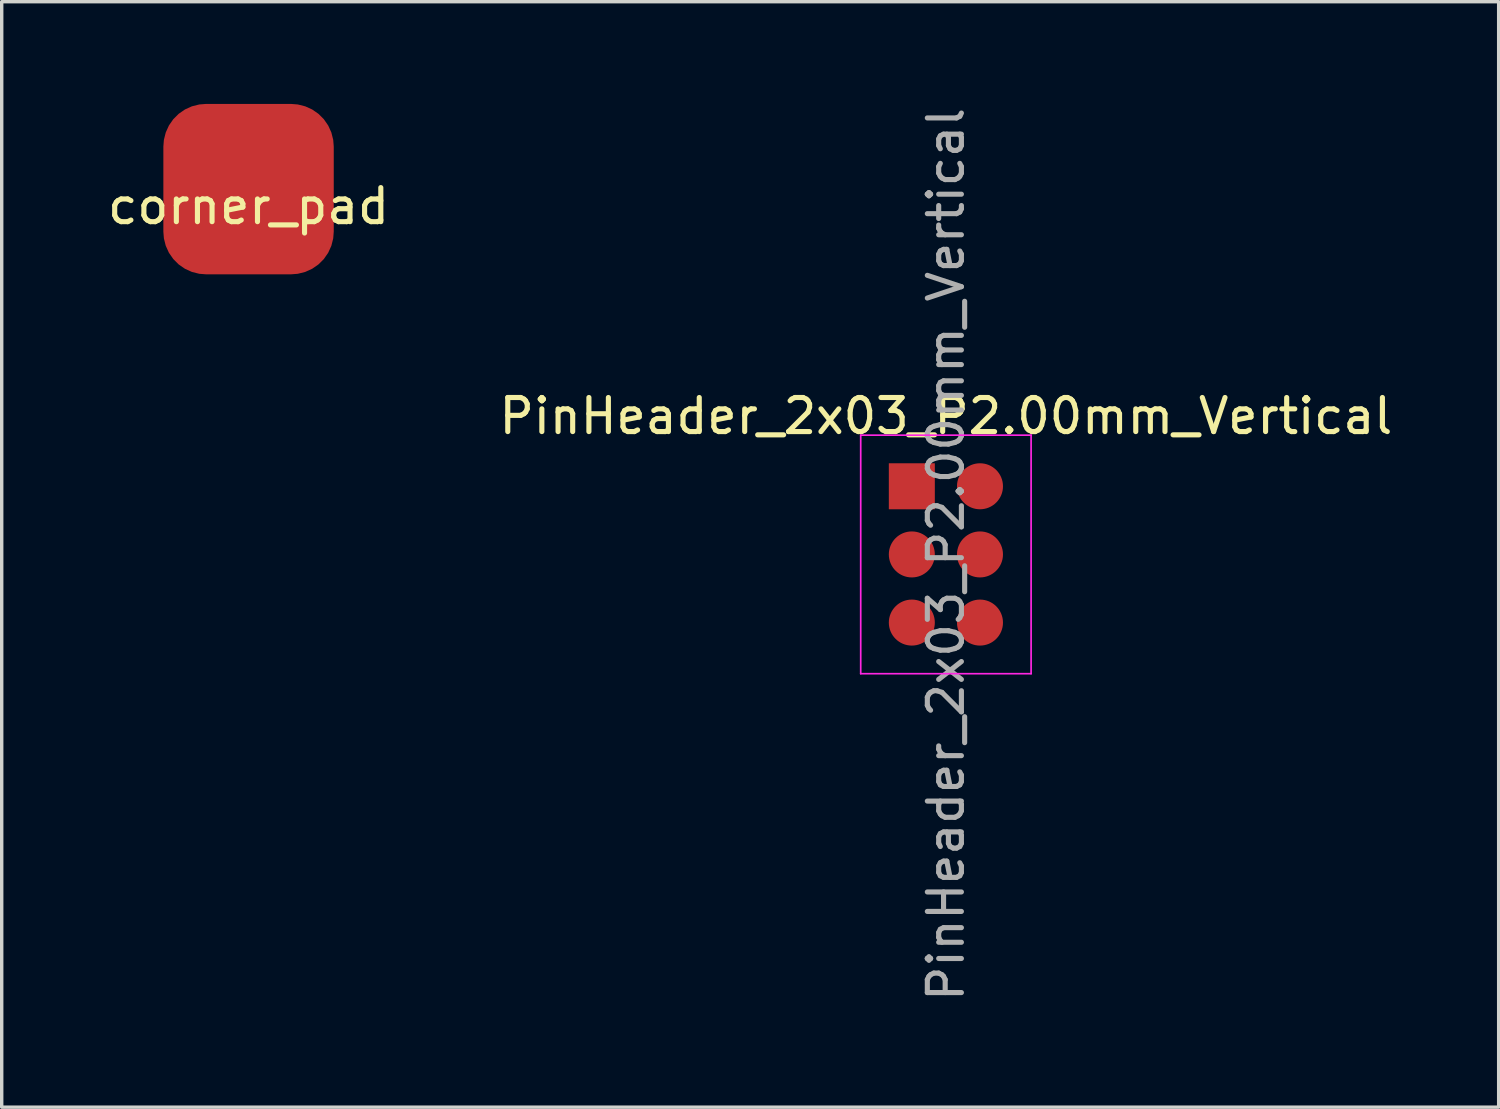
<source format=kicad_pcb>
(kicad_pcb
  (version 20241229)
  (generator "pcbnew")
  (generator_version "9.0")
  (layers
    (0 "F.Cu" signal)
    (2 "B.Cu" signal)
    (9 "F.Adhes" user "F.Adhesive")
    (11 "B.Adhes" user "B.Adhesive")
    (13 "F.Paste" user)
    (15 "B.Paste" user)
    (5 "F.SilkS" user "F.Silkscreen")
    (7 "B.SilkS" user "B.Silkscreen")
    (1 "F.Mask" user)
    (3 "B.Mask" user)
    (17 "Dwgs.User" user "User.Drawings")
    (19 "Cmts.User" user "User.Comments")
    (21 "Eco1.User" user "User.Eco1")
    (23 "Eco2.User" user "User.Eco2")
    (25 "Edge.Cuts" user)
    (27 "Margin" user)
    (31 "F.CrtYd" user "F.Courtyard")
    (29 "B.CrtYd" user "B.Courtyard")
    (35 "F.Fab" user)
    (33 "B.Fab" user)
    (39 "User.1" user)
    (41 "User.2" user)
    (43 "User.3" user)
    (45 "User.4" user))
  (footprint "PinHeader_2x03_P2.00mm_Vertical"
    (layer "F.Cu")
    (at 23.708 11.22)
    (property "Reference" "PinHeader_2x03_P2.00mm_Vertical" (at 1 -2.06 0) (layer "F.SilkS") (effects (font (size 1 1) (thickness 0.15))))
    (attr through_hole)
    (fp_line (start -1.5 -1.5) (end -1.5 5.5) (stroke (width 0.05) (type solid)) (layer "F.CrtYd"))
    (fp_line (start -1.5 5.5) (end 3.5 5.5) (stroke (width 0.05) (type solid)) (layer "F.CrtYd"))
    (fp_line (start 3.5 -1.5) (end -1.5 -1.5) (stroke (width 0.05) (type solid)) (layer "F.CrtYd"))
    (fp_line (start 3.5 5.5) (end 3.5 -1.5) (stroke (width 0.05) (type solid)) (layer "F.CrtYd"))
    (fp_text user "${REFERENCE}" (at 1 2 90) (layer "F.Fab") (effects (font (size 1 1) (thickness 0.15))))
    (pad "1" connect rect (at 0 0) (size 1.35 1.35) (layers "F.Cu" "F.Mask"))
    (pad "2" connect oval (at 2 0) (size 1.35 1.35) (layers "F.Cu" "F.Mask"))
    (pad "3" connect oval (at 0 2) (size 1.35 1.35) (layers "F.Cu" "F.Mask"))
    (pad "4" connect oval (at 2 2) (size 1.35 1.35) (layers "F.Cu" "F.Mask"))
    (pad "5" connect oval (at 0 4) (size 1.35 1.35) (layers "F.Cu" "F.Mask"))
    (pad "6" connect oval (at 2 4) (size 1.35 1.35) (layers "F.Cu" "F.Mask")))
  (footprint "corner_pad"
    (layer "F.Cu")
    (at 4.244 2.5)
    (property "Reference" "corner_pad" (at 0 0.5 0) (layer "F.SilkS") (effects (font (size 1 1) (thickness 0.15))))
    (attr through_hole)
    (pad "1" connect roundrect (at 0 0) (size 5 5) (layers "F.Cu" "F.Mask") (roundrect_rratio 0.25)))
  (gr_rect
    (start -3 -3)
    (end 40.929 29.44)
    (stroke (width 0.1) (type default))
    (fill no)
    (layer "Edge.Cuts")))
</source>
